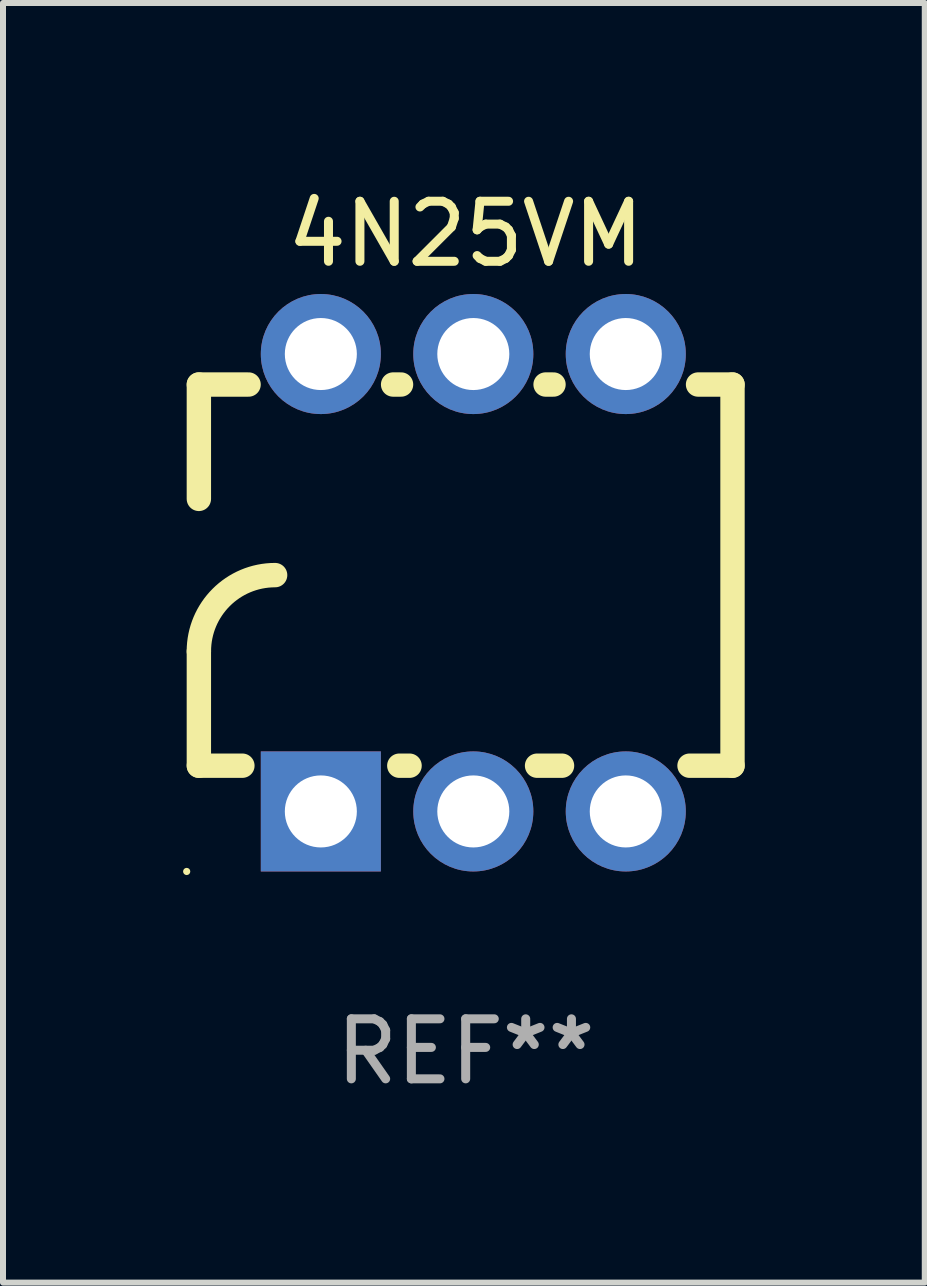
<source format=kicad_pcb>
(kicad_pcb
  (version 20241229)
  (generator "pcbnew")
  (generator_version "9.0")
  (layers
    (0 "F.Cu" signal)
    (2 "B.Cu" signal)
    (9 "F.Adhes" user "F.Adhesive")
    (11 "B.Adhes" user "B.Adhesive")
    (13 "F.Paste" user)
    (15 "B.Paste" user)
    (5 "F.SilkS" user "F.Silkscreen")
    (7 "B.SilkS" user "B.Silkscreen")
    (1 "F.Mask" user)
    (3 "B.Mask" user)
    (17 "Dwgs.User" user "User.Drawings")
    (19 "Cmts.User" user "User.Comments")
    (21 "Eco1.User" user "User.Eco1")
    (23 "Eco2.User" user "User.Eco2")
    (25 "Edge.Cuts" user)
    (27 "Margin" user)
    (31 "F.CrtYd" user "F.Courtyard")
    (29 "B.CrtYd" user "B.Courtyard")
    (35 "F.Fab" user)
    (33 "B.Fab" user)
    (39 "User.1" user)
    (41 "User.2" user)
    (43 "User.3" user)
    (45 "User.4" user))
  (footprint "4N25VM"
    (layer "F.Cu")
    (at 4.708 6.658)
    (property "Reference" "4N25VM" (at 0 -5.81 0) (layer "F.SilkS") (effects (font (size 1 1) (thickness 0.15))))
    (attr through_hole)
    (fp_line (start -4.445 -1.397) (end -4.445 -3.302) (stroke (width 0.406) (type solid)) (layer "F.SilkS"))
    (fp_line (start -4.445 3.048) (end -4.445 1.143) (stroke (width 0.406) (type solid)) (layer "F.SilkS"))
    (fp_line (start -4.445 3.048) (end -3.72 3.048) (stroke (width 0.406) (type solid)) (layer "F.SilkS"))
    (fp_line (start -3.617 -3.302) (end -4.445 -3.302) (stroke (width 0.406) (type solid)) (layer "F.SilkS"))
    (fp_line (start -1.106 3.048) (end -0.935 3.048) (stroke (width 0.406) (type solid)) (layer "F.SilkS"))
    (fp_line (start -1.077 -3.302) (end -1.209 -3.302) (stroke (width 0.406) (type solid)) (layer "F.SilkS"))
    (fp_line (start 1.189 3.048) (end 1.605 3.048) (stroke (width 0.406) (type solid)) (layer "F.SilkS"))
    (fp_line (start 1.463 -3.302) (end 1.331 -3.302) (stroke (width 0.406) (type solid)) (layer "F.SilkS"))
    (fp_line (start 3.729 3.048) (end 4.445 3.048) (stroke (width 0.406) (type solid)) (layer "F.SilkS"))
    (fp_line (start 4.445 -3.302) (end 3.871 -3.302) (stroke (width 0.406) (type solid)) (layer "F.SilkS"))
    (fp_line (start 4.445 -3.302) (end 4.445 3.048) (stroke (width 0.406) (type solid)) (layer "F.SilkS"))
    (fp_arc (start -4.444983 1.143002) (mid -4.073008 0.244974) (end -3.17498 -0.127) (stroke (width 0.4064) (type solid)) (layer "F.SilkS"))
    (fp_circle (center -4.648 4.81) (end -4.618 4.81) (stroke (width 0.06) (type solid)) (fill no) (layer "F.SilkS"))
    (fp_text user "REF**" (at 0 7.81 0) (layer "F.Fab") (effects (font (size 1 1) (thickness 0.15))))
    (pad "1" thru_hole rect (at -2.413 3.81 90) (size 2 2) (drill 1.2) (layers "*.Cu" "*.Mask"))
    (pad "2" thru_hole circle (at 0.127 3.81) (size 2 2) (drill 1.2) (layers "*.Cu" "*.Mask"))
    (pad "3" thru_hole circle (at 2.667 3.81) (size 2 2) (drill 1.2) (layers "*.Cu" "*.Mask"))
    (pad "4" thru_hole circle (at 2.667 -3.81) (size 2 2) (drill 1.2) (layers "*.Cu" "*.Mask"))
    (pad "5" thru_hole circle (at 0.127 -3.81) (size 2 2) (drill 1.2) (layers "*.Cu" "*.Mask"))
    (pad "6" thru_hole circle (at -2.413 -3.81) (size 2 2) (drill 1.2) (layers "*.Cu" "*.Mask")))
  (gr_rect
    (start -3 -3)
    (end 12.356 18.317)
    (stroke (width 0.1) (type default))
    (fill no)
    (layer "Edge.Cuts")))
</source>
